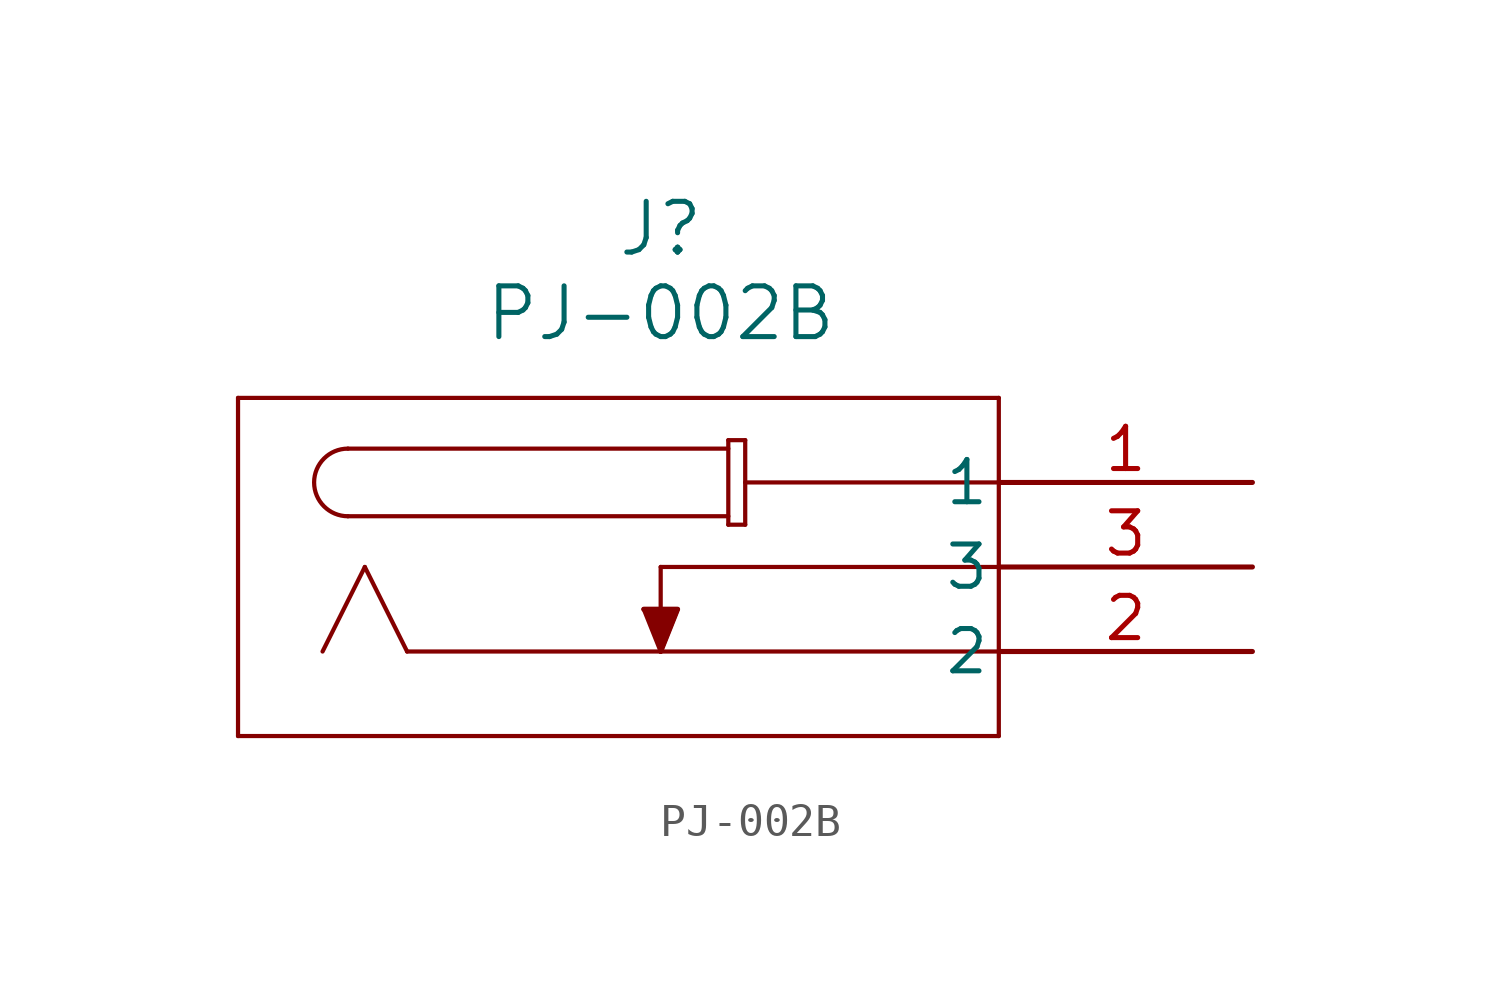
<source format=kicad_sym>
(kicad_symbol_lib
  (version 20231120)
  (generator "kicad_symbol_editor")
  (generator_version "8.0")
  (symbol "PJ-002B"
    (pin_names
      (offset 0.254))
    (property "Reference" "J"
      (at -17.78 7.62 0)
      (effects (font (size 1.524 1.524))))
    (property "Value" "PJ-002B"
      (at -17.78 5.08 0)
      (effects (font (size 1.524 1.524))))
    (property "ki_locked" ""
      (at 0 0 0)
      (effects (font (size 1.27 1.27))))
    (symbol "PJ-002B_0_1"
      (arc (start -27.178 1.016) (mid -28.1895 0) (end -27.178 -1.016) (stroke (width 0.127) (type default)) (fill (type none)))
      (polyline (pts (xy -30.48 -7.62) (xy -7.62 -7.62)) (stroke (width 0.127) (type default)) (fill (type none)))
      (polyline (pts (xy -30.48 2.54) (xy -30.48 -7.62)) (stroke (width 0.127) (type default)) (fill (type none)))
      (polyline (pts (xy -26.67 -2.54) (xy -27.94 -5.08)) (stroke (width 0.127) (type default)) (fill (type none)))
      (polyline (pts (xy -25.4 -5.08) (xy -26.67 -2.54)) (stroke (width 0.127) (type default)) (fill (type none)))
      (polyline (pts (xy -18.288 -3.81) (xy -17.78 -5.08)) (stroke (width 0.127) (type default)) (fill (type none)))
      (polyline (pts (xy -17.78 -5.08) (xy -17.272 -3.81)) (stroke (width 0.127) (type default)) (fill (type none)))
      (polyline (pts (xy -17.78 -2.54) (xy -17.78 -5.08)) (stroke (width 0.127) (type default)) (fill (type none)))
      (polyline (pts (xy -17.272 -3.81) (xy -18.288 -3.81)) (stroke (width 0.127) (type default)) (fill (type none)))
      (polyline (pts (xy -15.748 -1.27) (xy -15.24 -1.27)) (stroke (width 0.127) (type default)) (fill (type none)))
      (polyline (pts (xy -15.748 -1.016) (xy -27.178 -1.016)) (stroke (width 0.127) (type default)) (fill (type none)))
      (polyline (pts (xy -15.748 1.016) (xy -27.178 1.016)) (stroke (width 0.127) (type default)) (fill (type none)))
      (polyline (pts (xy -15.748 1.27) (xy -15.748 -1.27)) (stroke (width 0.127) (type default)) (fill (type none)))
      (polyline (pts (xy -15.24 1.27) (xy -15.748 1.27)) (stroke (width 0.127) (type default)) (fill (type none)))
      (polyline (pts (xy -15.24 1.27) (xy -15.24 -1.27)) (stroke (width 0.127) (type default)) (fill (type none)))
      (polyline (pts (xy -7.62 -7.62) (xy -7.62 2.54)) (stroke (width 0.127) (type default)) (fill (type none)))
      (polyline (pts (xy -7.62 -5.08) (xy -25.4 -5.08)) (stroke (width 0.127) (type default)) (fill (type none)))
      (polyline (pts (xy -7.62 -2.54) (xy -17.78 -2.54)) (stroke (width 0.127) (type default)) (fill (type none)))
      (polyline (pts (xy -7.62 0) (xy -15.24 0)) (stroke (width 0.127) (type default)) (fill (type none)))
      (polyline (pts (xy -7.62 2.54) (xy -30.48 2.54)) (stroke (width 0.127) (type default)) (fill (type none)))
      (polyline (pts (xy -18.288 -3.81) (xy -17.272 -3.81) (xy -17.78 -5.08)) (stroke (width 0) (type default)) (fill (type outline)))
      (pin unspecified line (at 0 0 180) (length 7.62) (name "1" (effects (font (size 1.27 1.27)))) (number "1" (effects (font (size 1.27 1.27)))))
      (pin unspecified line (at 0 -5.08 180) (length 7.62) (name "2" (effects (font (size 1.27 1.27)))) (number "2" (effects (font (size 1.27 1.27)))))
      (pin unspecified line (at 0 -2.54 180) (length 7.62) (name "3" (effects (font (size 1.27 1.27)))) (number "3" (effects (font (size 1.27 1.27))))))))
</source>
